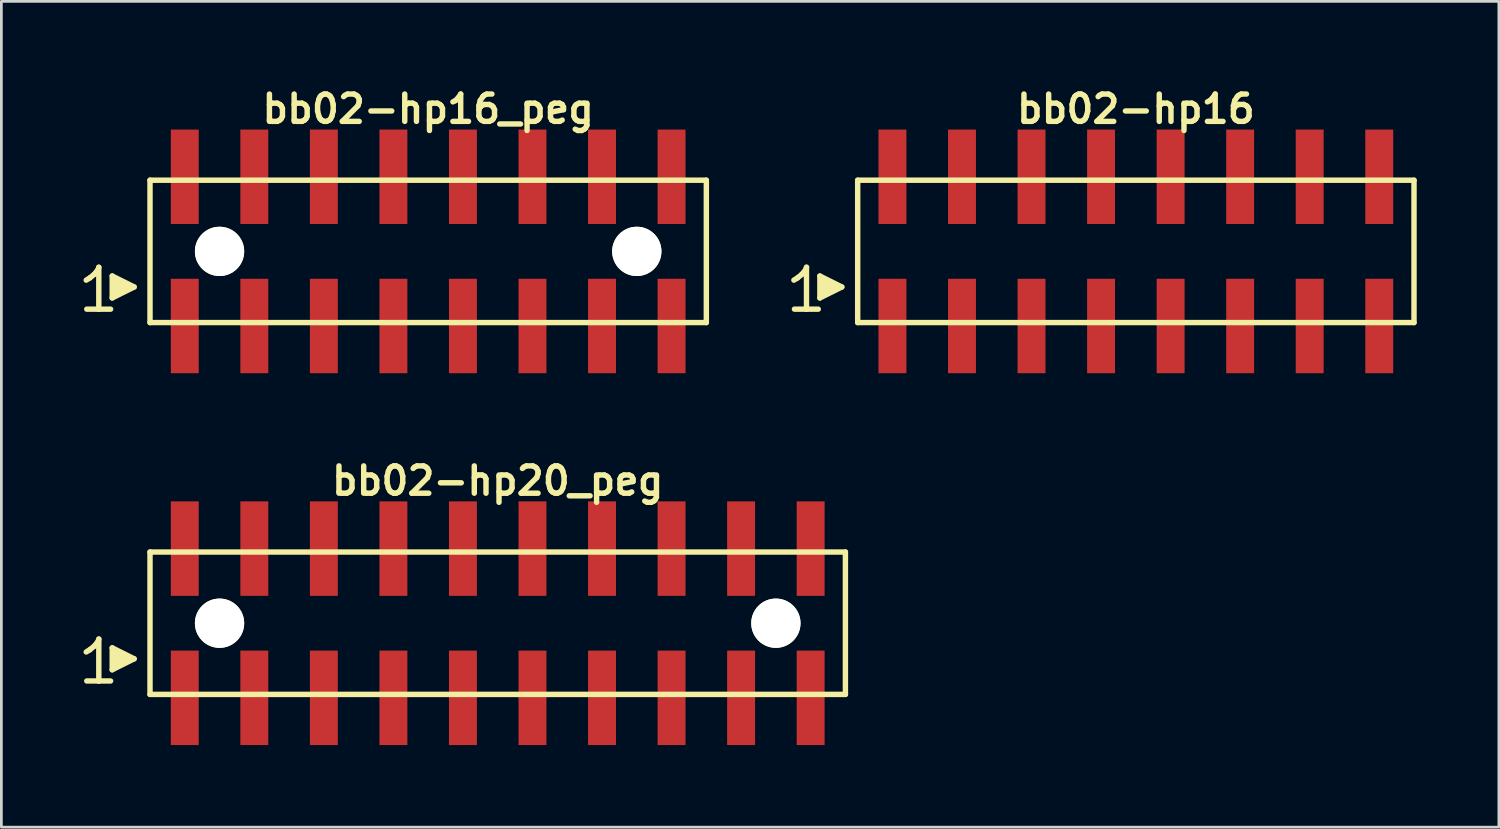
<source format=kicad_pcb>
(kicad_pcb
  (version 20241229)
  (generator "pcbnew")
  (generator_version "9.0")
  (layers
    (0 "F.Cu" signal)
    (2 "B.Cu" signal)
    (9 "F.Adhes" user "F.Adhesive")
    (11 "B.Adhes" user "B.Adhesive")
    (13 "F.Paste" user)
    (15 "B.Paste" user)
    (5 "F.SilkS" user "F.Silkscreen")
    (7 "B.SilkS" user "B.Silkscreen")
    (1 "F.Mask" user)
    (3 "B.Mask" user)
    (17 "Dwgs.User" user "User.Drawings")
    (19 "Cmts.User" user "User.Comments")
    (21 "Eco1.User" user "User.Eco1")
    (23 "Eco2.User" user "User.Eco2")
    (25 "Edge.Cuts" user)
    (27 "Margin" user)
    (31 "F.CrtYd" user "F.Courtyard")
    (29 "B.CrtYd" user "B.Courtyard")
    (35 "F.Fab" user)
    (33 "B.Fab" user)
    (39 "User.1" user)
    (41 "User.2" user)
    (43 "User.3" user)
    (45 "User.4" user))
  (footprint "bb02-hp20_peg"
    (layer "F.Cu")
    (at 15.129 19.713)
    (property "Reference" "bb02-hp20_peg" (at 0 -5.2 0) (layer "F.SilkS") (effects (font (size 0.998 0.998) (thickness 0.198))))
    (attr through_hole)
    (fp_line (start -15.03 1.05) (end -14.9 0.97) (stroke (width 0.198) (type solid)) (layer "F.SilkS"))
    (fp_line (start -14.9 0.97) (end -14.74 0.84) (stroke (width 0.198) (type solid)) (layer "F.SilkS"))
    (fp_line (start -14.74 0.84) (end -14.6 0.67) (stroke (width 0.198) (type solid)) (layer "F.SilkS"))
    (fp_line (start -14.6 0.67) (end -14.57 0.58) (stroke (width 0.198) (type solid)) (layer "F.SilkS"))
    (fp_line (start -14.57 0.58) (end -14.57 2.11) (stroke (width 0.198) (type solid)) (layer "F.SilkS"))
    (fp_line (start -14.57 2.11) (end -15.01 2.11) (stroke (width 0.198) (type solid)) (layer "F.SilkS"))
    (fp_line (start -14.14 2.11) (end -14.58 2.11) (stroke (width 0.198) (type solid)) (layer "F.SilkS"))
    (fp_line (start -14.08 0.9) (end -13.28 1.3) (stroke (width 0.198) (type solid)) (layer "F.SilkS"))
    (fp_line (start -14.08 1.7) (end -14.08 0.9) (stroke (width 0.198) (type solid)) (layer "F.SilkS"))
    (fp_line (start -13.98 1.6) (end -13.98 1) (stroke (width 0.198) (type solid)) (layer "F.SilkS"))
    (fp_line (start -13.88 1.1) (end -13.88 1.5) (stroke (width 0.198) (type solid)) (layer "F.SilkS"))
    (fp_line (start -13.78 1.5) (end -13.78 1.1) (stroke (width 0.198) (type solid)) (layer "F.SilkS"))
    (fp_line (start -13.68 1.2) (end -13.68 1.4) (stroke (width 0.198) (type solid)) (layer "F.SilkS"))
    (fp_line (start -13.58 1.4) (end -13.58 1.2) (stroke (width 0.198) (type solid)) (layer "F.SilkS"))
    (fp_line (start -13.28 1.3) (end -14.08 1.7) (stroke (width 0.198) (type solid)) (layer "F.SilkS"))
    (fp_line (start -12.7 -2.6) (end -12.7 2.6) (stroke (width 0.198) (type solid)) (layer "F.SilkS"))
    (fp_line (start -12.7 -2.6) (end 12.7 -2.6) (stroke (width 0.198) (type solid)) (layer "F.SilkS"))
    (fp_line (start 12.7 2.6) (end -12.7 2.6) (stroke (width 0.198) (type solid)) (layer "F.SilkS"))
    (fp_line (start 12.7 2.6) (end 12.7 -2.6) (stroke (width 0.198) (type solid)) (layer "F.SilkS"))
    (pad "" np_thru_hole circle (at -10.16 0) (size 1.8 1.8) (drill 1.8) (layers "*.Cu" "*.Mask" "F.SilkS"))
    (pad "" np_thru_hole circle (at 10.16 0) (size 1.8 1.8) (drill 1.8) (layers "*.Cu" "*.Mask" "F.SilkS"))
    (pad "1" smd rect (at -11.43 2.725) (size 1.02 3.45) (layers "F.Cu" "F.Mask" "F.Paste"))
    (pad "2" smd rect (at -11.43 -2.725) (size 1.02 3.45) (layers "F.Cu" "F.Mask" "F.Paste"))
    (pad "3" smd rect (at -8.89 2.725) (size 1.02 3.45) (layers "F.Cu" "F.Mask" "F.Paste"))
    (pad "4" smd rect (at -8.89 -2.725) (size 1.02 3.45) (layers "F.Cu" "F.Mask" "F.Paste"))
    (pad "5" smd rect (at -6.35 2.725) (size 1.02 3.45) (layers "F.Cu" "F.Mask" "F.Paste"))
    (pad "6" smd rect (at -6.35 -2.725) (size 1.02 3.45) (layers "F.Cu" "F.Mask" "F.Paste"))
    (pad "7" smd rect (at -3.81 2.725) (size 1.02 3.45) (layers "F.Cu" "F.Mask" "F.Paste"))
    (pad "8" smd rect (at -3.81 -2.725) (size 1.02 3.45) (layers "F.Cu" "F.Mask" "F.Paste"))
    (pad "9" smd rect (at -1.27 2.725) (size 1.02 3.45) (layers "F.Cu" "F.Mask" "F.Paste"))
    (pad "10" smd rect (at -1.27 -2.725) (size 1.02 3.45) (layers "F.Cu" "F.Mask" "F.Paste"))
    (pad "11" smd rect (at 1.27 2.725) (size 1.02 3.45) (layers "F.Cu" "F.Mask" "F.Paste"))
    (pad "12" smd rect (at 1.27 -2.725) (size 1.02 3.45) (layers "F.Cu" "F.Mask" "F.Paste"))
    (pad "13" smd rect (at 3.81 2.725) (size 1.02 3.45) (layers "F.Cu" "F.Mask" "F.Paste"))
    (pad "14" smd rect (at 3.81 -2.725) (size 1.02 3.45) (layers "F.Cu" "F.Mask" "F.Paste"))
    (pad "15" smd rect (at 6.35 2.725) (size 1.02 3.45) (layers "F.Cu" "F.Mask" "F.Paste"))
    (pad "16" smd rect (at 6.35 -2.725) (size 1.02 3.45) (layers "F.Cu" "F.Mask" "F.Paste"))
    (pad "17" smd rect (at 8.89 2.725) (size 1.02 3.45) (layers "F.Cu" "F.Mask" "F.Paste"))
    (pad "18" smd rect (at 8.89 -2.725) (size 1.02 3.45) (layers "F.Cu" "F.Mask" "F.Paste"))
    (pad "19" smd rect (at 11.43 2.725) (size 1.02 3.45) (layers "F.Cu" "F.Mask" "F.Paste"))
    (pad "20" smd rect (at 11.43 -2.725) (size 1.02 3.45) (layers "F.Cu" "F.Mask" "F.Paste")))
  (footprint "bb02-hp16_peg"
    (layer "F.Cu")
    (at 12.589 6.132)
    (property "Reference" "bb02-hp16_peg" (at 0 -5.2 0) (layer "F.SilkS") (effects (font (size 0.998 0.998) (thickness 0.198))))
    (attr through_hole)
    (fp_line (start -12.49 1.05) (end -12.36 0.97) (stroke (width 0.198) (type solid)) (layer "F.SilkS"))
    (fp_line (start -12.36 0.97) (end -12.2 0.84) (stroke (width 0.198) (type solid)) (layer "F.SilkS"))
    (fp_line (start -12.2 0.84) (end -12.06 0.67) (stroke (width 0.198) (type solid)) (layer "F.SilkS"))
    (fp_line (start -12.06 0.67) (end -12.03 0.58) (stroke (width 0.198) (type solid)) (layer "F.SilkS"))
    (fp_line (start -12.03 0.58) (end -12.03 2.11) (stroke (width 0.198) (type solid)) (layer "F.SilkS"))
    (fp_line (start -12.03 2.11) (end -12.47 2.11) (stroke (width 0.198) (type solid)) (layer "F.SilkS"))
    (fp_line (start -11.6 2.11) (end -12.04 2.11) (stroke (width 0.198) (type solid)) (layer "F.SilkS"))
    (fp_line (start -11.54 0.9) (end -10.74 1.3) (stroke (width 0.198) (type solid)) (layer "F.SilkS"))
    (fp_line (start -11.54 1.7) (end -11.54 0.9) (stroke (width 0.198) (type solid)) (layer "F.SilkS"))
    (fp_line (start -11.44 1.6) (end -11.44 1) (stroke (width 0.198) (type solid)) (layer "F.SilkS"))
    (fp_line (start -11.34 1.1) (end -11.34 1.5) (stroke (width 0.198) (type solid)) (layer "F.SilkS"))
    (fp_line (start -11.24 1.5) (end -11.24 1.1) (stroke (width 0.198) (type solid)) (layer "F.SilkS"))
    (fp_line (start -11.14 1.2) (end -11.14 1.4) (stroke (width 0.198) (type solid)) (layer "F.SilkS"))
    (fp_line (start -11.04 1.4) (end -11.04 1.2) (stroke (width 0.198) (type solid)) (layer "F.SilkS"))
    (fp_line (start -10.74 1.3) (end -11.54 1.7) (stroke (width 0.198) (type solid)) (layer "F.SilkS"))
    (fp_line (start -10.16 -2.6) (end -10.16 2.6) (stroke (width 0.198) (type solid)) (layer "F.SilkS"))
    (fp_line (start -10.16 -2.6) (end 10.16 -2.6) (stroke (width 0.198) (type solid)) (layer "F.SilkS"))
    (fp_line (start 10.16 2.6) (end -10.16 2.6) (stroke (width 0.198) (type solid)) (layer "F.SilkS"))
    (fp_line (start 10.16 2.6) (end 10.16 -2.6) (stroke (width 0.198) (type solid)) (layer "F.SilkS"))
    (pad "" np_thru_hole circle (at -7.62 0) (size 1.8 1.8) (drill 1.8) (layers "*.Cu" "*.Mask" "F.SilkS"))
    (pad "" np_thru_hole circle (at 7.62 0) (size 1.8 1.8) (drill 1.8) (layers "*.Cu" "*.Mask" "F.SilkS"))
    (pad "1" smd rect (at -8.89 2.725) (size 1.02 3.45) (layers "F.Cu" "F.Mask" "F.Paste"))
    (pad "2" smd rect (at -8.89 -2.725) (size 1.02 3.45) (layers "F.Cu" "F.Mask" "F.Paste"))
    (pad "3" smd rect (at -6.35 2.725) (size 1.02 3.45) (layers "F.Cu" "F.Mask" "F.Paste"))
    (pad "4" smd rect (at -6.35 -2.725) (size 1.02 3.45) (layers "F.Cu" "F.Mask" "F.Paste"))
    (pad "5" smd rect (at -3.81 2.725) (size 1.02 3.45) (layers "F.Cu" "F.Mask" "F.Paste"))
    (pad "6" smd rect (at -3.81 -2.725) (size 1.02 3.45) (layers "F.Cu" "F.Mask" "F.Paste"))
    (pad "7" smd rect (at -1.27 2.725) (size 1.02 3.45) (layers "F.Cu" "F.Mask" "F.Paste"))
    (pad "8" smd rect (at -1.27 -2.725) (size 1.02 3.45) (layers "F.Cu" "F.Mask" "F.Paste"))
    (pad "9" smd rect (at 1.27 2.725) (size 1.02 3.45) (layers "F.Cu" "F.Mask" "F.Paste"))
    (pad "10" smd rect (at 1.27 -2.725) (size 1.02 3.45) (layers "F.Cu" "F.Mask" "F.Paste"))
    (pad "11" smd rect (at 3.81 2.725) (size 1.02 3.45) (layers "F.Cu" "F.Mask" "F.Paste"))
    (pad "12" smd rect (at 3.81 -2.725) (size 1.02 3.45) (layers "F.Cu" "F.Mask" "F.Paste"))
    (pad "13" smd rect (at 6.35 2.725) (size 1.02 3.45) (layers "F.Cu" "F.Mask" "F.Paste"))
    (pad "14" smd rect (at 6.35 -2.725) (size 1.02 3.45) (layers "F.Cu" "F.Mask" "F.Paste"))
    (pad "15" smd rect (at 8.89 2.725) (size 1.02 3.45) (layers "F.Cu" "F.Mask" "F.Paste"))
    (pad "16" smd rect (at 8.89 -2.725) (size 1.02 3.45) (layers "F.Cu" "F.Mask" "F.Paste")))
  (footprint "bb02-hp16"
    (layer "F.Cu")
    (at 38.437 6.132)
    (property "Reference" "bb02-hp16" (at 0 -5.2 0) (layer "F.SilkS") (effects (font (size 0.998 0.998) (thickness 0.198))))
    (attr through_hole)
    (fp_line (start -12.49 1.05) (end -12.36 0.97) (stroke (width 0.198) (type solid)) (layer "F.SilkS"))
    (fp_line (start -12.36 0.97) (end -12.2 0.84) (stroke (width 0.198) (type solid)) (layer "F.SilkS"))
    (fp_line (start -12.2 0.84) (end -12.06 0.67) (stroke (width 0.198) (type solid)) (layer "F.SilkS"))
    (fp_line (start -12.06 0.67) (end -12.03 0.58) (stroke (width 0.198) (type solid)) (layer "F.SilkS"))
    (fp_line (start -12.03 0.58) (end -12.03 2.11) (stroke (width 0.198) (type solid)) (layer "F.SilkS"))
    (fp_line (start -12.03 2.11) (end -12.47 2.11) (stroke (width 0.198) (type solid)) (layer "F.SilkS"))
    (fp_line (start -11.6 2.11) (end -12.04 2.11) (stroke (width 0.198) (type solid)) (layer "F.SilkS"))
    (fp_line (start -11.54 0.9) (end -10.74 1.3) (stroke (width 0.198) (type solid)) (layer "F.SilkS"))
    (fp_line (start -11.54 1.7) (end -11.54 0.9) (stroke (width 0.198) (type solid)) (layer "F.SilkS"))
    (fp_line (start -11.44 1.6) (end -11.44 1) (stroke (width 0.198) (type solid)) (layer "F.SilkS"))
    (fp_line (start -11.34 1.1) (end -11.34 1.5) (stroke (width 0.198) (type solid)) (layer "F.SilkS"))
    (fp_line (start -11.24 1.5) (end -11.24 1.1) (stroke (width 0.198) (type solid)) (layer "F.SilkS"))
    (fp_line (start -11.14 1.2) (end -11.14 1.4) (stroke (width 0.198) (type solid)) (layer "F.SilkS"))
    (fp_line (start -11.04 1.4) (end -11.04 1.2) (stroke (width 0.198) (type solid)) (layer "F.SilkS"))
    (fp_line (start -10.74 1.3) (end -11.54 1.7) (stroke (width 0.198) (type solid)) (layer "F.SilkS"))
    (fp_line (start -10.16 -2.6) (end -10.16 2.6) (stroke (width 0.198) (type solid)) (layer "F.SilkS"))
    (fp_line (start -10.16 -2.6) (end 10.16 -2.6) (stroke (width 0.198) (type solid)) (layer "F.SilkS"))
    (fp_line (start 10.16 2.6) (end -10.16 2.6) (stroke (width 0.198) (type solid)) (layer "F.SilkS"))
    (fp_line (start 10.16 2.6) (end 10.16 -2.6) (stroke (width 0.198) (type solid)) (layer "F.SilkS"))
    (pad "1" smd rect (at -8.89 2.725) (size 1.02 3.45) (layers "F.Cu" "F.Mask" "F.Paste"))
    (pad "2" smd rect (at -8.89 -2.725) (size 1.02 3.45) (layers "F.Cu" "F.Mask" "F.Paste"))
    (pad "3" smd rect (at -6.35 2.725) (size 1.02 3.45) (layers "F.Cu" "F.Mask" "F.Paste"))
    (pad "4" smd rect (at -6.35 -2.725) (size 1.02 3.45) (layers "F.Cu" "F.Mask" "F.Paste"))
    (pad "5" smd rect (at -3.81 2.725) (size 1.02 3.45) (layers "F.Cu" "F.Mask" "F.Paste"))
    (pad "6" smd rect (at -3.81 -2.725) (size 1.02 3.45) (layers "F.Cu" "F.Mask" "F.Paste"))
    (pad "7" smd rect (at -1.27 2.725) (size 1.02 3.45) (layers "F.Cu" "F.Mask" "F.Paste"))
    (pad "8" smd rect (at -1.27 -2.725) (size 1.02 3.45) (layers "F.Cu" "F.Mask" "F.Paste"))
    (pad "9" smd rect (at 1.27 2.725) (size 1.02 3.45) (layers "F.Cu" "F.Mask" "F.Paste"))
    (pad "10" smd rect (at 1.27 -2.725) (size 1.02 3.45) (layers "F.Cu" "F.Mask" "F.Paste"))
    (pad "11" smd rect (at 3.81 2.725) (size 1.02 3.45) (layers "F.Cu" "F.Mask" "F.Paste"))
    (pad "12" smd rect (at 3.81 -2.725) (size 1.02 3.45) (layers "F.Cu" "F.Mask" "F.Paste"))
    (pad "13" smd rect (at 6.35 2.725) (size 1.02 3.45) (layers "F.Cu" "F.Mask" "F.Paste"))
    (pad "14" smd rect (at 6.35 -2.725) (size 1.02 3.45) (layers "F.Cu" "F.Mask" "F.Paste"))
    (pad "15" smd rect (at 8.89 2.725) (size 1.02 3.45) (layers "F.Cu" "F.Mask" "F.Paste"))
    (pad "16" smd rect (at 8.89 -2.725) (size 1.02 3.45) (layers "F.Cu" "F.Mask" "F.Paste")))
  (gr_rect
    (start -3 -3)
    (end 51.696 27.163)
    (stroke (width 0.1) (type default))
    (fill no)
    (layer "Edge.Cuts")))
</source>
